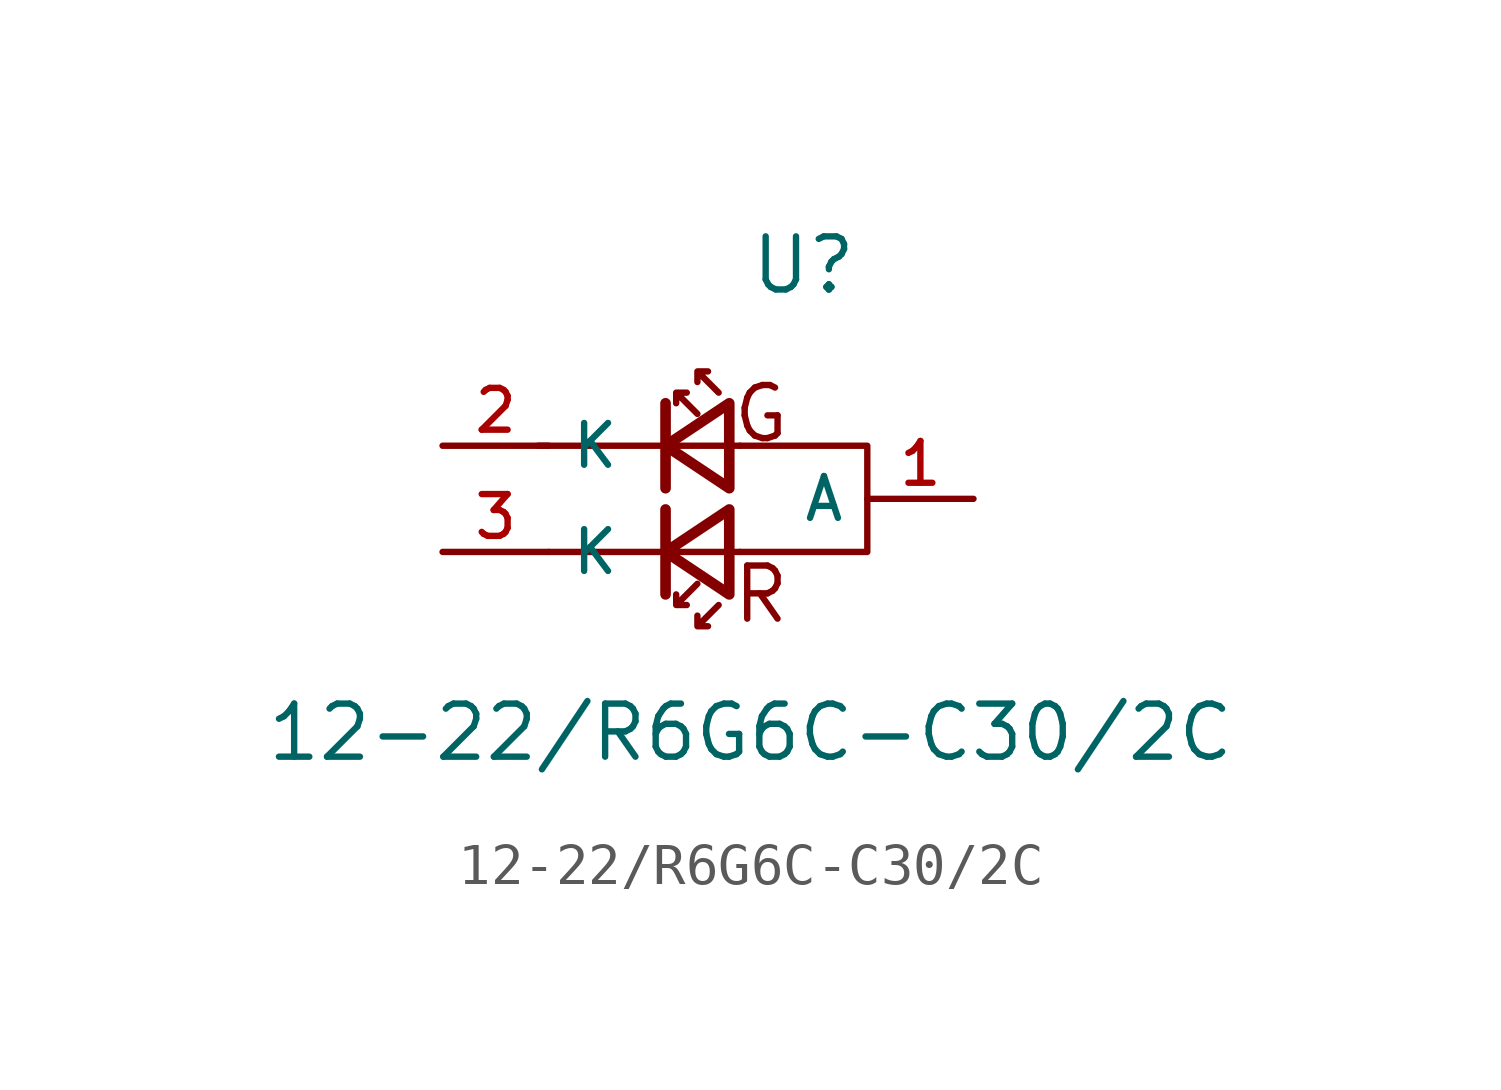
<source format=kicad_sym>
(kicad_symbol_lib
  (version 20231120)
  (generator "kicad_symbol_editor")
  (generator_version "8.0")
  (symbol "12-22/R6G6C-C30/2C"
    (property "Reference" "U"
      (at 1.016 4.318 0)
      (effects (font (size 1.27 1.27))))
    (property "Value" "12-22{slash}R6G6C-C30{slash}2C"
      (at -0.254 -6.858 0)
      (effects (font (size 1.27 1.27))))
    (symbol "12-22/R6G6C-C30/2C_0_1"
      (polyline (pts (xy -5.334 0) (xy -2.286 0)) (stroke (width 0) (type default)) (fill (type none)))
      (polyline (pts (xy -2.286 -3.556) (xy -2.286 -1.524)) (stroke (width 0.254) (type default)) (fill (type none)))
      (polyline (pts (xy -2.286 -2.54) (xy -5.08 -2.54)) (stroke (width 0) (type default)) (fill (type none)))
      (polyline (pts (xy -2.286 -1.016) (xy -2.286 1.016)) (stroke (width 0.254) (type default)) (fill (type none)))
      (polyline (pts (xy -0.508 -2.54) (xy -2.286 -2.54)) (stroke (width 0) (type default)) (fill (type none)))
      (polyline (pts (xy -0.508 0) (xy -2.286 0)) (stroke (width 0) (type default)) (fill (type none)))
      (polyline (pts (xy -0.762 -3.556) (xy -2.286 -2.54) (xy -0.762 -1.524) (xy -0.762 -3.556)) (stroke (width 0.254) (type default)) (fill (type none)))
      (polyline (pts (xy -0.762 -1.016) (xy -2.286 0) (xy -0.762 1.016) (xy -0.762 -1.016)) (stroke (width 0.254) (type default)) (fill (type none)))
      (polyline (pts (xy -0.508 0) (xy 2.54 0) (xy 2.54 -2.54) (xy -0.508 -2.54)) (stroke (width 0) (type default)) (fill (type none)))
      (polyline (pts (xy -1.524 -3.302) (xy -2.032 -3.81) (xy -2.032 -3.556) (xy -2.032 -3.81) (xy -1.778 -3.81)) (stroke (width 0) (type default)) (fill (type none)))
      (polyline (pts (xy -1.524 0.762) (xy -2.032 1.27) (xy -1.778 1.27) (xy -2.032 1.27) (xy -2.032 1.016)) (stroke (width 0) (type default)) (fill (type none)))
      (polyline (pts (xy -1.016 -3.81) (xy -1.524 -4.318) (xy -1.524 -4.064) (xy -1.524 -4.318) (xy -1.27 -4.318)) (stroke (width 0) (type default)) (fill (type none)))
      (polyline (pts (xy -1.016 1.27) (xy -1.524 1.778) (xy -1.27 1.778) (xy -1.524 1.778) (xy -1.524 1.524)) (stroke (width 0) (type default)) (fill (type none)))
      (pin unspecified line (at 5.08 -1.27 180) (length 2.54) (name "A" (effects (font (size 1 1)))) (number "1" (effects (font (size 1 1)))))
      (pin unspecified line (at -7.62 0 0) (length 2.54) (name "K" (effects (font (size 1 1)))) (number "2" (effects (font (size 1 1)))))
      (pin unspecified line (at -7.62 -2.54 0) (length 2.54) (name "K" (effects (font (size 1 1)))) (number "3" (effects (font (size 1 1))))))
    (symbol "12-22/R6G6C-C30/2C_1_1"
      (text "G" (at 0 0.762 0) (effects (font (size 1.27 1.27))))
      (text "R" (at 0 -3.556 0) (effects (font (size 1.27 1.27)))))))
</source>
